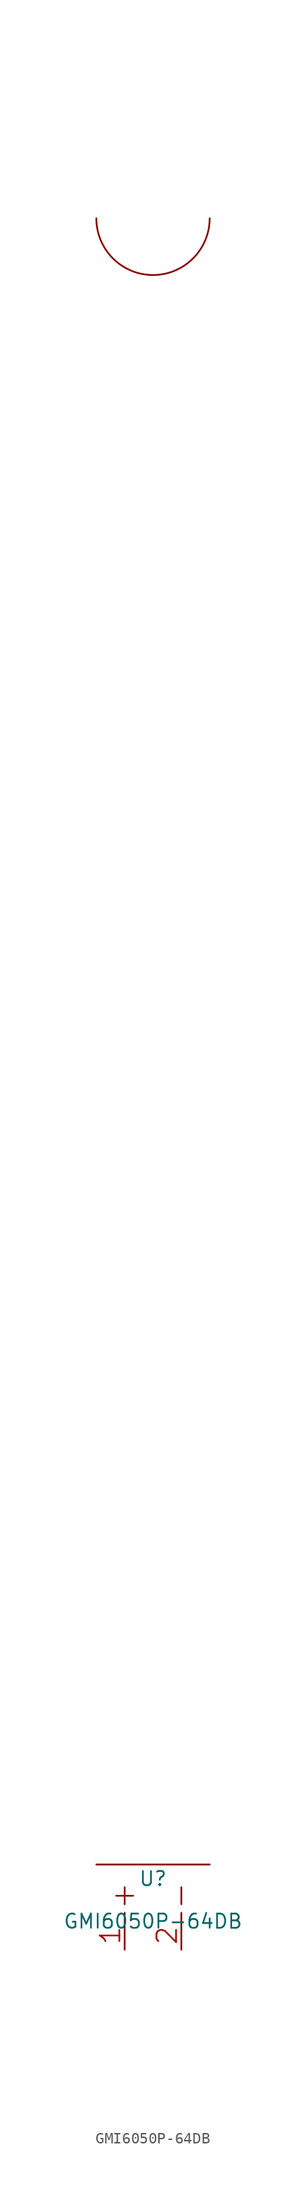
<source format=kicad_sym>
(kicad_symbol_lib
  (version 20210201)
  (generator TousstNicolas/JLC2KiCad_lib)
  (symbol "GMI6050P-64DB"
    (pin_names hide)
    (property "Reference" "U"
      (at 0 1.27 0)
      (effects (font (size 1.27 1.27))))
    (property "Value" "GMI6050P-64DB"
      (at 0 -2.54 0)
      (effects (font (size 1.27 1.27))))
    (symbol "GMI6050P-64DB_0_1"
      (polyline (pts (xy 2.54 -1.016) (xy 2.54 0.508)) (stroke (width 0) (type default) (color 0 0 0 0)) (fill (type none)))
      (polyline (pts (xy -3.302 -0.254) (xy -1.778 -0.254)) (stroke (width 0) (type default) (color 0 0 0 0)) (fill (type none)))
      (polyline (pts (xy -2.54 -1.016) (xy -2.54 0.508)) (stroke (width 0) (type default) (color 0 0 0 0)) (fill (type none)))
      (polyline (pts (xy 5.08 2.54) (xy -5.08 2.54)) (stroke (width 0) (type default) (color 0 0 0 0)) (fill (type none)))
      (arc (start 5.08001016002032 149.86029972059944) (mid 0.0 144.78028956057912) (end -5.08001016002032 149.86029972059944) (stroke (width 0) (type default) (color 0 0 0 0)) (fill (type none)))
      (polyline (pts (xy -2.54 -1.778) (xy -2.54 -2.54)) (stroke (width 0) (type default) (color 0 0 0 0)) (fill (type none)))
      (polyline (pts (xy 2.54 -1.778) (xy 2.54 -2.54)) (stroke (width 0) (type default) (color 0 0 0 0)) (fill (type none)))
      (pin unspecified line (at 2.54 -5.08 90) (length 2.54) (name "2" (effects (font (size 1.753 1.753)))) (number "2" (effects (font (size 1.753 1.753)))))
      (pin unspecified line (at -2.54 -5.08 90) (length 2.54) (name "1" (effects (font (size 1.753 1.753)))) (number "1" (effects (font (size 1.753 1.753))))))))
</source>
